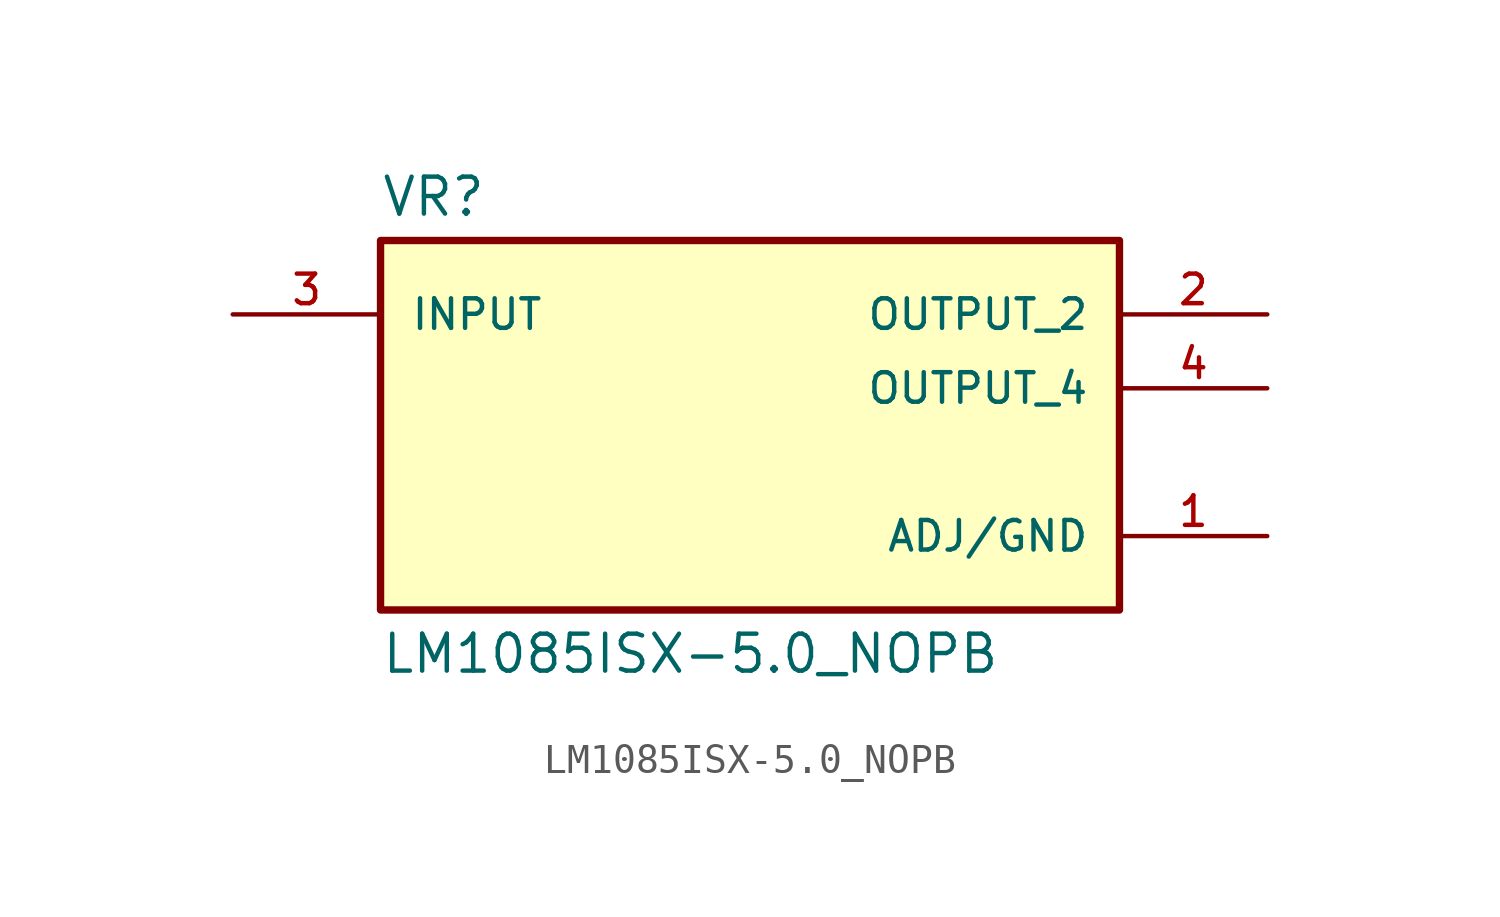
<source format=kicad_sym>
(kicad_symbol_lib
  (version 20211014)
  (generator kicad_symbol_editor)
  (symbol "LM1085ISX-5.0_NOPB"
    (pin_names
      (offset 1.016))
    (property "Reference" "VR"
      (at -12.7 5.842 0)
      (effects (font (size 1.27 1.27)) (justify bottom left)))
    (property "Value" "LM1085ISX-5.0_NOPB"
      (at -12.7 -8.382 0)
      (effects (font (size 1.27 1.27)) (justify top left)))
    (symbol "LM1085ISX-5.0_NOPB_0_0"
      (rectangle (start -12.7 -7.62) (end 12.7 5.08) (stroke (width 0.254)) (fill (type background)))
      (pin input line (at -17.78 2.54 0) (length 5.08) (name "INPUT" (effects (font (size 1.016 1.016)))) (number "3" (effects (font (size 1.016 1.016)))))
      (pin output line (at 17.78 2.54 180.0) (length 5.08) (name "OUTPUT_2" (effects (font (size 1.016 1.016)))) (number "2" (effects (font (size 1.016 1.016)))))
      (pin power_in line (at 17.78 -5.08 180.0) (length 5.08) (name "ADJ/GND" (effects (font (size 1.016 1.016)))) (number "1" (effects (font (size 1.016 1.016)))))
      (pin output line (at 17.78 0.0 180.0) (length 5.08) (name "OUTPUT_4" (effects (font (size 1.016 1.016)))) (number "4" (effects (font (size 1.016 1.016))))))))
</source>
